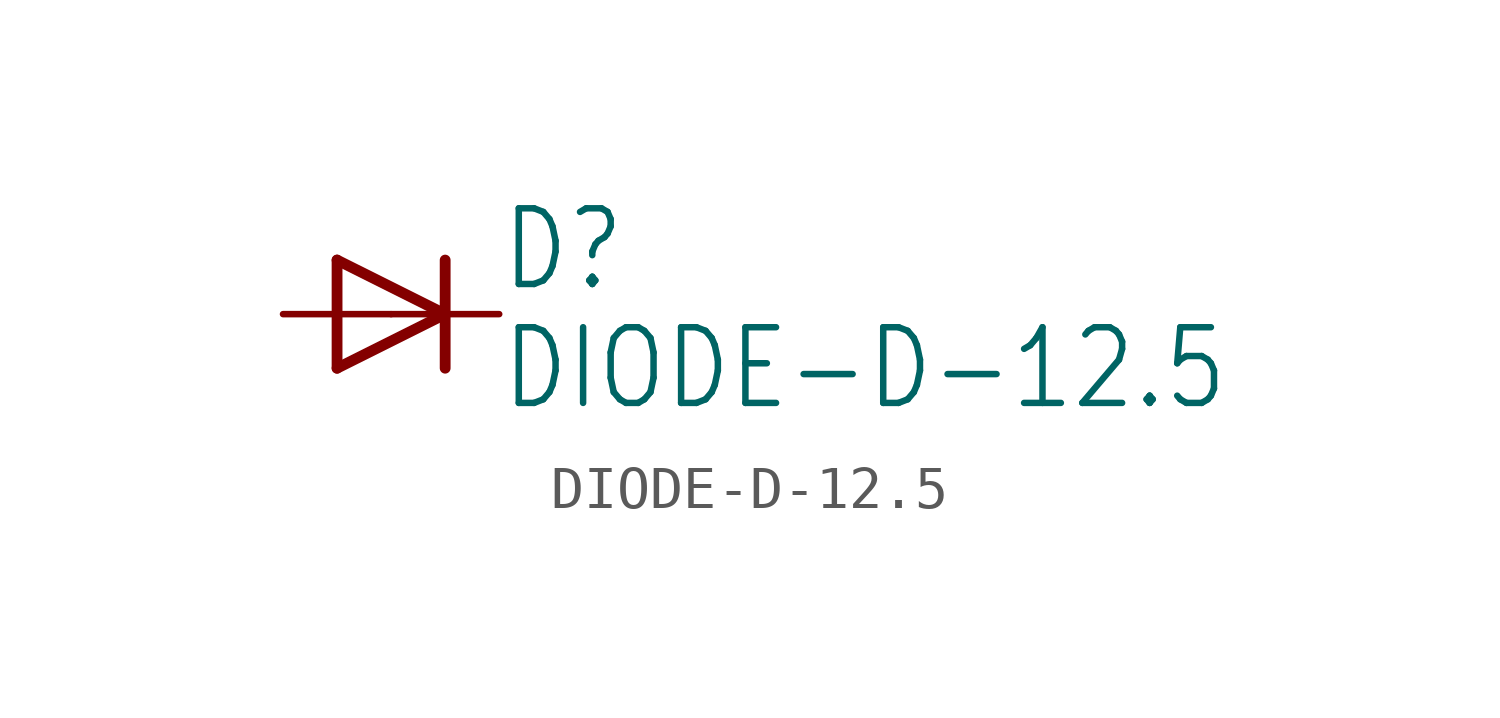
<source format=kicad_sym>
(kicad_symbol_lib
  (version 20211014)
  (generator kicad_symbol_editor)
  (symbol "DIODE-D-12.5"
    (property "Reference" "D"
      (at 2.54 0.483 0)
      (effects (font (size 1.778 1.511)) (justify left bottom)))
    (property "Value" "DIODE-D-12.5"
      (at 2.54 -2.311 0)
      (effects (font (size 1.778 1.511)) (justify left bottom)))
    (property "ki_locked" ""
      (at 0 0 0)
      (effects (font (size 1.27 1.27))))
    (symbol "DIODE-D-12.5_1_0"
      (polyline (pts (xy -1.27 -1.27) (xy 1.27 0)) (stroke (width 0.254) (type default) (color 0 0 0 0)) (fill (type none)))
      (polyline (pts (xy -1.27 1.27) (xy -1.27 -1.27)) (stroke (width 0.254) (type default) (color 0 0 0 0)) (fill (type none)))
      (polyline (pts (xy 1.27 0) (xy -1.27 1.27)) (stroke (width 0.254) (type default) (color 0 0 0 0)) (fill (type none)))
      (polyline (pts (xy 1.27 0) (xy 1.27 -1.27)) (stroke (width 0.254) (type default) (color 0 0 0 0)) (fill (type none)))
      (polyline (pts (xy 1.27 1.27) (xy 1.27 0)) (stroke (width 0.254) (type default) (color 0 0 0 0)) (fill (type none)))
      (pin passive line (at -2.54 0 0) (length 2.54) (name "A" (effects (font (size 0 0)))) (number "A" (effects (font (size 0 0)))))
      (pin passive line (at 2.54 0 180) (length 2.54) (name "C" (effects (font (size 0 0)))) (number "C" (effects (font (size 0 0))))))))
</source>
